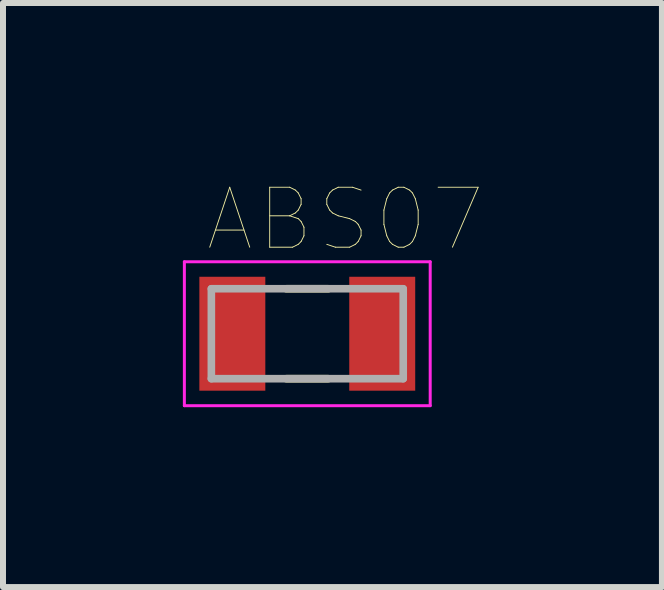
<source format=kicad_pcb>
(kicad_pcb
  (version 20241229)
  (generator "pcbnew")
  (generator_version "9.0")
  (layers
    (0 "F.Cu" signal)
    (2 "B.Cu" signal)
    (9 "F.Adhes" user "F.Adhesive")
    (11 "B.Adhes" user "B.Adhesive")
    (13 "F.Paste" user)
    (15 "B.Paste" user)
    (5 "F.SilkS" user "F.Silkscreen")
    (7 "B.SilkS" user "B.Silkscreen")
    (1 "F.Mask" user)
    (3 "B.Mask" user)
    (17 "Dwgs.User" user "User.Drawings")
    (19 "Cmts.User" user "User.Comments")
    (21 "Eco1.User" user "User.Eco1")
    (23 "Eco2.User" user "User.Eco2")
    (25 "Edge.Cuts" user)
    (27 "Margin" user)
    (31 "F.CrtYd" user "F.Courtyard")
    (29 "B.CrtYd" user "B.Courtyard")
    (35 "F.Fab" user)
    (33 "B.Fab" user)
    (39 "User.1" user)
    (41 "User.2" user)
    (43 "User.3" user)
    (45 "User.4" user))
  (footprint "ABS07"
    (layer "F.Cu")
    (at 2.075 2.516)
    (property "Reference" "ABS07" (at 0.635 -1.905 0) (layer "F.SilkS") (effects (font (size 1 1) (thickness 0.015))))
    (attr through_hole)
    (fp_line (start -0.35 -0.75) (end 0.35 -0.75) (stroke (width 0.127) (type solid)) (layer "F.SilkS"))
    (fp_line (start -0.35 0.75) (end 0.35 0.75) (stroke (width 0.127) (type solid)) (layer "F.SilkS"))
    (fp_line (start -2.05 -1.2) (end 2.05 -1.2) (stroke (width 0.05) (type solid)) (layer "F.CrtYd"))
    (fp_line (start -2.05 1.2) (end -2.05 -1.2) (stroke (width 0.05) (type solid)) (layer "F.CrtYd"))
    (fp_line (start 2.05 -1.2) (end 2.05 1.2) (stroke (width 0.05) (type solid)) (layer "F.CrtYd"))
    (fp_line (start 2.05 1.2) (end -2.05 1.2) (stroke (width 0.05) (type solid)) (layer "F.CrtYd"))
    (fp_line (start -1.6 -0.75) (end 1.6 -0.75) (stroke (width 0.127) (type solid)) (layer "F.Fab"))
    (fp_line (start -1.6 0.75) (end -1.6 -0.75) (stroke (width 0.127) (type solid)) (layer "F.Fab"))
    (fp_line (start 1.6 -0.75) (end 1.6 0.75) (stroke (width 0.127) (type solid)) (layer "F.Fab"))
    (fp_line (start 1.6 0.75) (end -1.6 0.75) (stroke (width 0.127) (type solid)) (layer "F.Fab"))
    (pad "1" smd rect (at -1.25 0) (size 1.1 1.9) (layers "F.Cu" "F.Mask" "F.Paste"))
    (pad "2" smd rect (at 1.25 0) (size 1.1 1.9) (layers "F.Cu" "F.Mask" "F.Paste")))
  (gr_rect
    (start -3 -3)
    (end 7.99 6.741)
    (stroke (width 0.1) (type default))
    (fill no)
    (layer "Edge.Cuts")))
</source>
